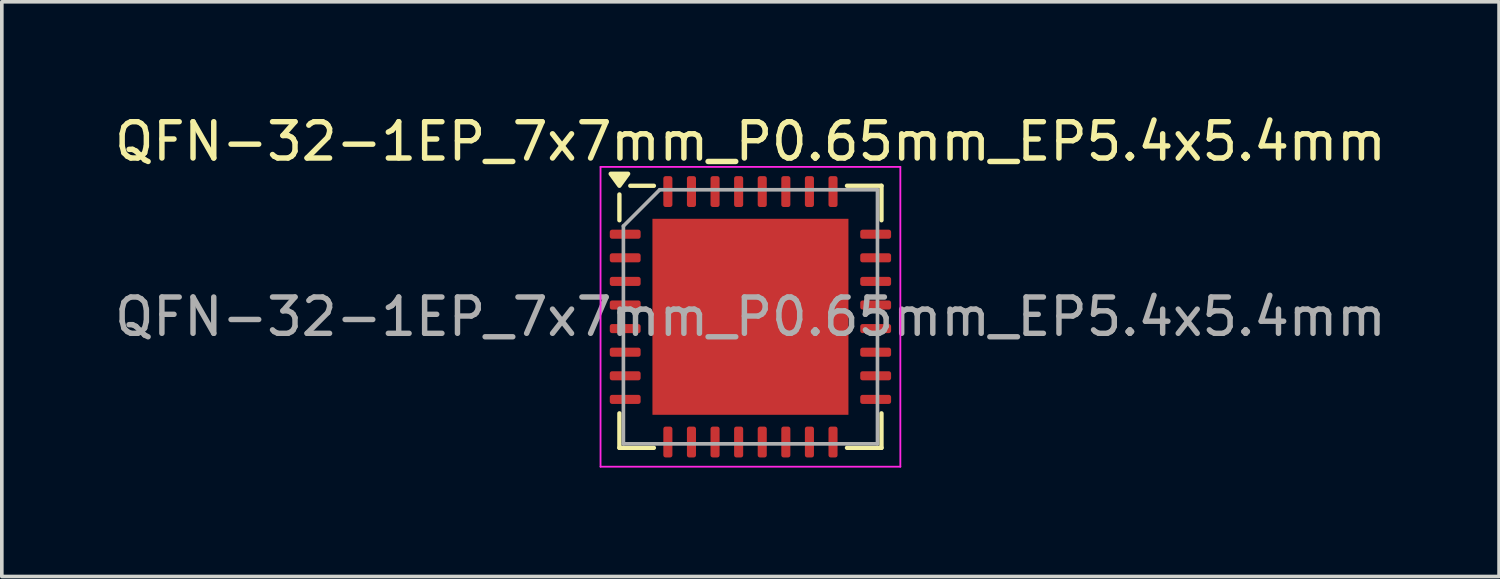
<source format=kicad_pcb>
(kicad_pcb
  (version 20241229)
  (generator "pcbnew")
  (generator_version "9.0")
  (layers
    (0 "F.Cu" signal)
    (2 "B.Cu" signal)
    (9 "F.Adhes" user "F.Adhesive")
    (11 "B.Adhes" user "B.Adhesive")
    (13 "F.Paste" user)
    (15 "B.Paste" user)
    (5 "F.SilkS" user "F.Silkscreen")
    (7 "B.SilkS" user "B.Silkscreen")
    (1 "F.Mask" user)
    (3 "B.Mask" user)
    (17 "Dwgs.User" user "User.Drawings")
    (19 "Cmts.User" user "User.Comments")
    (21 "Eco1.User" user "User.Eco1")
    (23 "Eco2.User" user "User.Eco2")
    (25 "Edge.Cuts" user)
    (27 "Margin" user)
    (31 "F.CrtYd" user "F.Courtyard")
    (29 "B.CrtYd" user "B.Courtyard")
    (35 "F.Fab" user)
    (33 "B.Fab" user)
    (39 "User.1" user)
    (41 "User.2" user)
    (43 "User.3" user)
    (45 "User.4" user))
  (footprint "QFN-32-1EP_7x7mm_P0.65mm_EP5.4x5.4mm"
    (layer "F.Cu")
    (at 17.625 5.678)
    (property "Reference" "QFN-32-1EP_7x7mm_P0.65mm_EP5.4x5.4mm" (at 0 -4.83 0) (layer "F.SilkS") (effects (font (size 1 1) (thickness 0.15))))
    (attr smd)
    (fp_line (start -3.61 -2.66) (end -3.61 -3.37) (stroke (width 0.12) (type solid)) (layer "F.SilkS"))
    (fp_line (start -3.61 3.61) (end -3.61 2.66) (stroke (width 0.12) (type solid)) (layer "F.SilkS"))
    (fp_line (start -2.66 -3.61) (end -3.31 -3.61) (stroke (width 0.12) (type solid)) (layer "F.SilkS"))
    (fp_line (start -2.66 3.61) (end -3.61 3.61) (stroke (width 0.12) (type solid)) (layer "F.SilkS"))
    (fp_line (start 2.66 -3.61) (end 3.61 -3.61) (stroke (width 0.12) (type solid)) (layer "F.SilkS"))
    (fp_line (start 2.66 3.61) (end 3.61 3.61) (stroke (width 0.12) (type solid)) (layer "F.SilkS"))
    (fp_line (start 3.61 -3.61) (end 3.61 -2.66) (stroke (width 0.12) (type solid)) (layer "F.SilkS"))
    (fp_line (start 3.61 3.61) (end 3.61 2.66) (stroke (width 0.12) (type solid)) (layer "F.SilkS"))
    (fp_poly (pts (xy -3.61 -3.61) (xy -3.85 -3.94) (xy -3.37 -3.94) (xy -3.61 -3.61)) (stroke (width 0.12) (type solid)) (fill yes) (layer "F.SilkS"))
    (fp_line (start -4.13 -4.13) (end -4.13 4.13) (stroke (width 0.05) (type solid)) (layer "F.CrtYd"))
    (fp_line (start -4.13 4.13) (end 4.13 4.13) (stroke (width 0.05) (type solid)) (layer "F.CrtYd"))
    (fp_line (start 4.13 -4.13) (end -4.13 -4.13) (stroke (width 0.05) (type solid)) (layer "F.CrtYd"))
    (fp_line (start 4.13 4.13) (end 4.13 -4.13) (stroke (width 0.05) (type solid)) (layer "F.CrtYd"))
    (fp_line (start -3.5 -2.5) (end -2.5 -3.5) (stroke (width 0.1) (type solid)) (layer "F.Fab"))
    (fp_line (start -3.5 3.5) (end -3.5 -2.5) (stroke (width 0.1) (type solid)) (layer "F.Fab"))
    (fp_line (start -2.5 -3.5) (end 3.5 -3.5) (stroke (width 0.1) (type solid)) (layer "F.Fab"))
    (fp_line (start 3.5 -3.5) (end 3.5 3.5) (stroke (width 0.1) (type solid)) (layer "F.Fab"))
    (fp_line (start 3.5 3.5) (end -3.5 3.5) (stroke (width 0.1) (type solid)) (layer "F.Fab"))
    (fp_text user "${REFERENCE}" (at 0 0 0) (layer "F.Fab") (effects (font (size 1 1) (thickness 0.15))))
    (pad "" smd roundrect (at -2.025 -2.025) (size 1.09 1.09) (layers "F.Paste") (roundrect_rratio 0.229))
    (pad "" smd roundrect (at -2.025 -0.675) (size 1.09 1.09) (layers "F.Paste") (roundrect_rratio 0.229))
    (pad "" smd roundrect (at -2.025 0.675) (size 1.09 1.09) (layers "F.Paste") (roundrect_rratio 0.229))
    (pad "" smd roundrect (at -2.025 2.025) (size 1.09 1.09) (layers "F.Paste") (roundrect_rratio 0.229))
    (pad "" smd roundrect (at -0.675 -2.025) (size 1.09 1.09) (layers "F.Paste") (roundrect_rratio 0.229))
    (pad "" smd roundrect (at -0.675 -0.675) (size 1.09 1.09) (layers "F.Paste") (roundrect_rratio 0.229))
    (pad "" smd roundrect (at -0.675 0.675) (size 1.09 1.09) (layers "F.Paste") (roundrect_rratio 0.229))
    (pad "" smd roundrect (at -0.675 2.025) (size 1.09 1.09) (layers "F.Paste") (roundrect_rratio 0.229))
    (pad "" smd roundrect (at 0.675 -2.025) (size 1.09 1.09) (layers "F.Paste") (roundrect_rratio 0.229))
    (pad "" smd roundrect (at 0.675 -0.675) (size 1.09 1.09) (layers "F.Paste") (roundrect_rratio 0.229))
    (pad "" smd roundrect (at 0.675 0.675) (size 1.09 1.09) (layers "F.Paste") (roundrect_rratio 0.229))
    (pad "" smd roundrect (at 0.675 2.025) (size 1.09 1.09) (layers "F.Paste") (roundrect_rratio 0.229))
    (pad "" smd roundrect (at 2.025 -2.025) (size 1.09 1.09) (layers "F.Paste") (roundrect_rratio 0.229))
    (pad "" smd roundrect (at 2.025 -0.675) (size 1.09 1.09) (layers "F.Paste") (roundrect_rratio 0.229))
    (pad "" smd roundrect (at 2.025 0.675) (size 1.09 1.09) (layers "F.Paste") (roundrect_rratio 0.229))
    (pad "" smd roundrect (at 2.025 2.025) (size 1.09 1.09) (layers "F.Paste") (roundrect_rratio 0.229))
    (pad "1" smd roundrect (at -3.45 -2.275) (size 0.85 0.25) (layers "F.Cu" "F.Mask" "F.Paste") (roundrect_rratio 0.25))
    (pad "2" smd roundrect (at -3.45 -1.625) (size 0.85 0.25) (layers "F.Cu" "F.Mask" "F.Paste") (roundrect_rratio 0.25))
    (pad "3" smd roundrect (at -3.45 -0.975) (size 0.85 0.25) (layers "F.Cu" "F.Mask" "F.Paste") (roundrect_rratio 0.25))
    (pad "4" smd roundrect (at -3.45 -0.325) (size 0.85 0.25) (layers "F.Cu" "F.Mask" "F.Paste") (roundrect_rratio 0.25))
    (pad "5" smd roundrect (at -3.45 0.325) (size 0.85 0.25) (layers "F.Cu" "F.Mask" "F.Paste") (roundrect_rratio 0.25))
    (pad "6" smd roundrect (at -3.45 0.975) (size 0.85 0.25) (layers "F.Cu" "F.Mask" "F.Paste") (roundrect_rratio 0.25))
    (pad "7" smd roundrect (at -3.45 1.625) (size 0.85 0.25) (layers "F.Cu" "F.Mask" "F.Paste") (roundrect_rratio 0.25))
    (pad "8" smd roundrect (at -3.45 2.275) (size 0.85 0.25) (layers "F.Cu" "F.Mask" "F.Paste") (roundrect_rratio 0.25))
    (pad "9" smd roundrect (at -2.275 3.45) (size 0.25 0.85) (layers "F.Cu" "F.Mask" "F.Paste") (roundrect_rratio 0.25))
    (pad "10" smd roundrect (at -1.625 3.45) (size 0.25 0.85) (layers "F.Cu" "F.Mask" "F.Paste") (roundrect_rratio 0.25))
    (pad "11" smd roundrect (at -0.975 3.45) (size 0.25 0.85) (layers "F.Cu" "F.Mask" "F.Paste") (roundrect_rratio 0.25))
    (pad "12" smd roundrect (at -0.325 3.45) (size 0.25 0.85) (layers "F.Cu" "F.Mask" "F.Paste") (roundrect_rratio 0.25))
    (pad "13" smd roundrect (at 0.325 3.45) (size 0.25 0.85) (layers "F.Cu" "F.Mask" "F.Paste") (roundrect_rratio 0.25))
    (pad "14" smd roundrect (at 0.975 3.45) (size 0.25 0.85) (layers "F.Cu" "F.Mask" "F.Paste") (roundrect_rratio 0.25))
    (pad "15" smd roundrect (at 1.625 3.45) (size 0.25 0.85) (layers "F.Cu" "F.Mask" "F.Paste") (roundrect_rratio 0.25))
    (pad "16" smd roundrect (at 2.275 3.45) (size 0.25 0.85) (layers "F.Cu" "F.Mask" "F.Paste") (roundrect_rratio 0.25))
    (pad "17" smd roundrect (at 3.45 2.275) (size 0.85 0.25) (layers "F.Cu" "F.Mask" "F.Paste") (roundrect_rratio 0.25))
    (pad "18" smd roundrect (at 3.45 1.625) (size 0.85 0.25) (layers "F.Cu" "F.Mask" "F.Paste") (roundrect_rratio 0.25))
    (pad "19" smd roundrect (at 3.45 0.975) (size 0.85 0.25) (layers "F.Cu" "F.Mask" "F.Paste") (roundrect_rratio 0.25))
    (pad "20" smd roundrect (at 3.45 0.325) (size 0.85 0.25) (layers "F.Cu" "F.Mask" "F.Paste") (roundrect_rratio 0.25))
    (pad "21" smd roundrect (at 3.45 -0.325) (size 0.85 0.25) (layers "F.Cu" "F.Mask" "F.Paste") (roundrect_rratio 0.25))
    (pad "22" smd roundrect (at 3.45 -0.975) (size 0.85 0.25) (layers "F.Cu" "F.Mask" "F.Paste") (roundrect_rratio 0.25))
    (pad "23" smd roundrect (at 3.45 -1.625) (size 0.85 0.25) (layers "F.Cu" "F.Mask" "F.Paste") (roundrect_rratio 0.25))
    (pad "24" smd roundrect (at 3.45 -2.275) (size 0.85 0.25) (layers "F.Cu" "F.Mask" "F.Paste") (roundrect_rratio 0.25))
    (pad "25" smd roundrect (at 2.275 -3.45) (size 0.25 0.85) (layers "F.Cu" "F.Mask" "F.Paste") (roundrect_rratio 0.25))
    (pad "26" smd roundrect (at 1.625 -3.45) (size 0.25 0.85) (layers "F.Cu" "F.Mask" "F.Paste") (roundrect_rratio 0.25))
    (pad "27" smd roundrect (at 0.975 -3.45) (size 0.25 0.85) (layers "F.Cu" "F.Mask" "F.Paste") (roundrect_rratio 0.25))
    (pad "28" smd roundrect (at 0.325 -3.45) (size 0.25 0.85) (layers "F.Cu" "F.Mask" "F.Paste") (roundrect_rratio 0.25))
    (pad "29" smd roundrect (at -0.325 -3.45) (size 0.25 0.85) (layers "F.Cu" "F.Mask" "F.Paste") (roundrect_rratio 0.25))
    (pad "30" smd roundrect (at -0.975 -3.45) (size 0.25 0.85) (layers "F.Cu" "F.Mask" "F.Paste") (roundrect_rratio 0.25))
    (pad "31" smd roundrect (at -1.625 -3.45) (size 0.25 0.85) (layers "F.Cu" "F.Mask" "F.Paste") (roundrect_rratio 0.25))
    (pad "32" smd roundrect (at -2.275 -3.45) (size 0.25 0.85) (layers "F.Cu" "F.Mask" "F.Paste") (roundrect_rratio 0.25))
    (pad "33" smd rect (at 0 0) (size 5.4 5.4) (property pad_prop_heatsink) (layers "F.Cu" "F.Mask")))
  (gr_rect
    (start -3 -3)
    (end 38.25 12.833)
    (stroke (width 0.1) (type default))
    (fill no)
    (layer "Edge.Cuts")))
</source>
